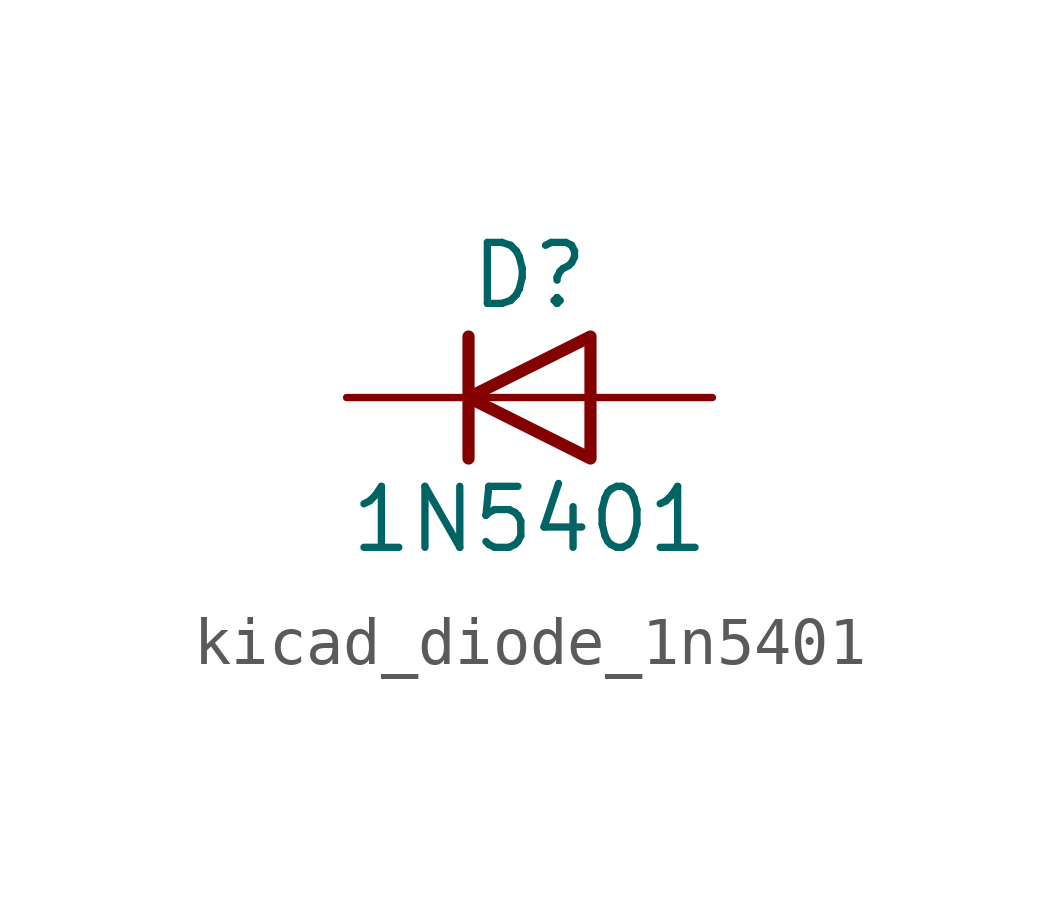
<source format=kicad_sym>
(kicad_symbol_lib
  (version 20220914)
  (generator kicad_symbol_editor)
  (symbol "kicad_diode_1n5401"
    (pin_numbers hide)
    (pin_names hide)
    (property "Reference" "D"
      (at 0 2.54 0)
      (effects (font (size 1.27 1.27))))
    (property "Value" "1N5401"
      (at 0 -2.54 0)
      (effects (font (size 1.27 1.27))))
    (symbol "kicad_diode_1n5401_0_1"
      (polyline (pts (xy -1.27 1.27) (xy -1.27 -1.27)) (stroke (width 0.254) (type default)) (fill (type none)))
      (polyline (pts (xy 1.27 0) (xy -1.27 0)) (stroke (width 0) (type default)) (fill (type none)))
      (polyline (pts (xy 1.27 1.27) (xy 1.27 -1.27) (xy -1.27 0) (xy 1.27 1.27)) (stroke (width 0.254) (type default)) (fill (type none))))
    (symbol "kicad_diode_1n5401_1_1"
      (pin passive line (at -3.81 0 0) (length 2.54) (name "K" (effects (font (size 1.27 1.27)))) (number "1" (effects (font (size 1.27 1.27)))))
      (pin passive line (at 3.81 0 180) (length 2.54) (name "A" (effects (font (size 1.27 1.27)))) (number "2" (effects (font (size 1.27 1.27))))))))
</source>
